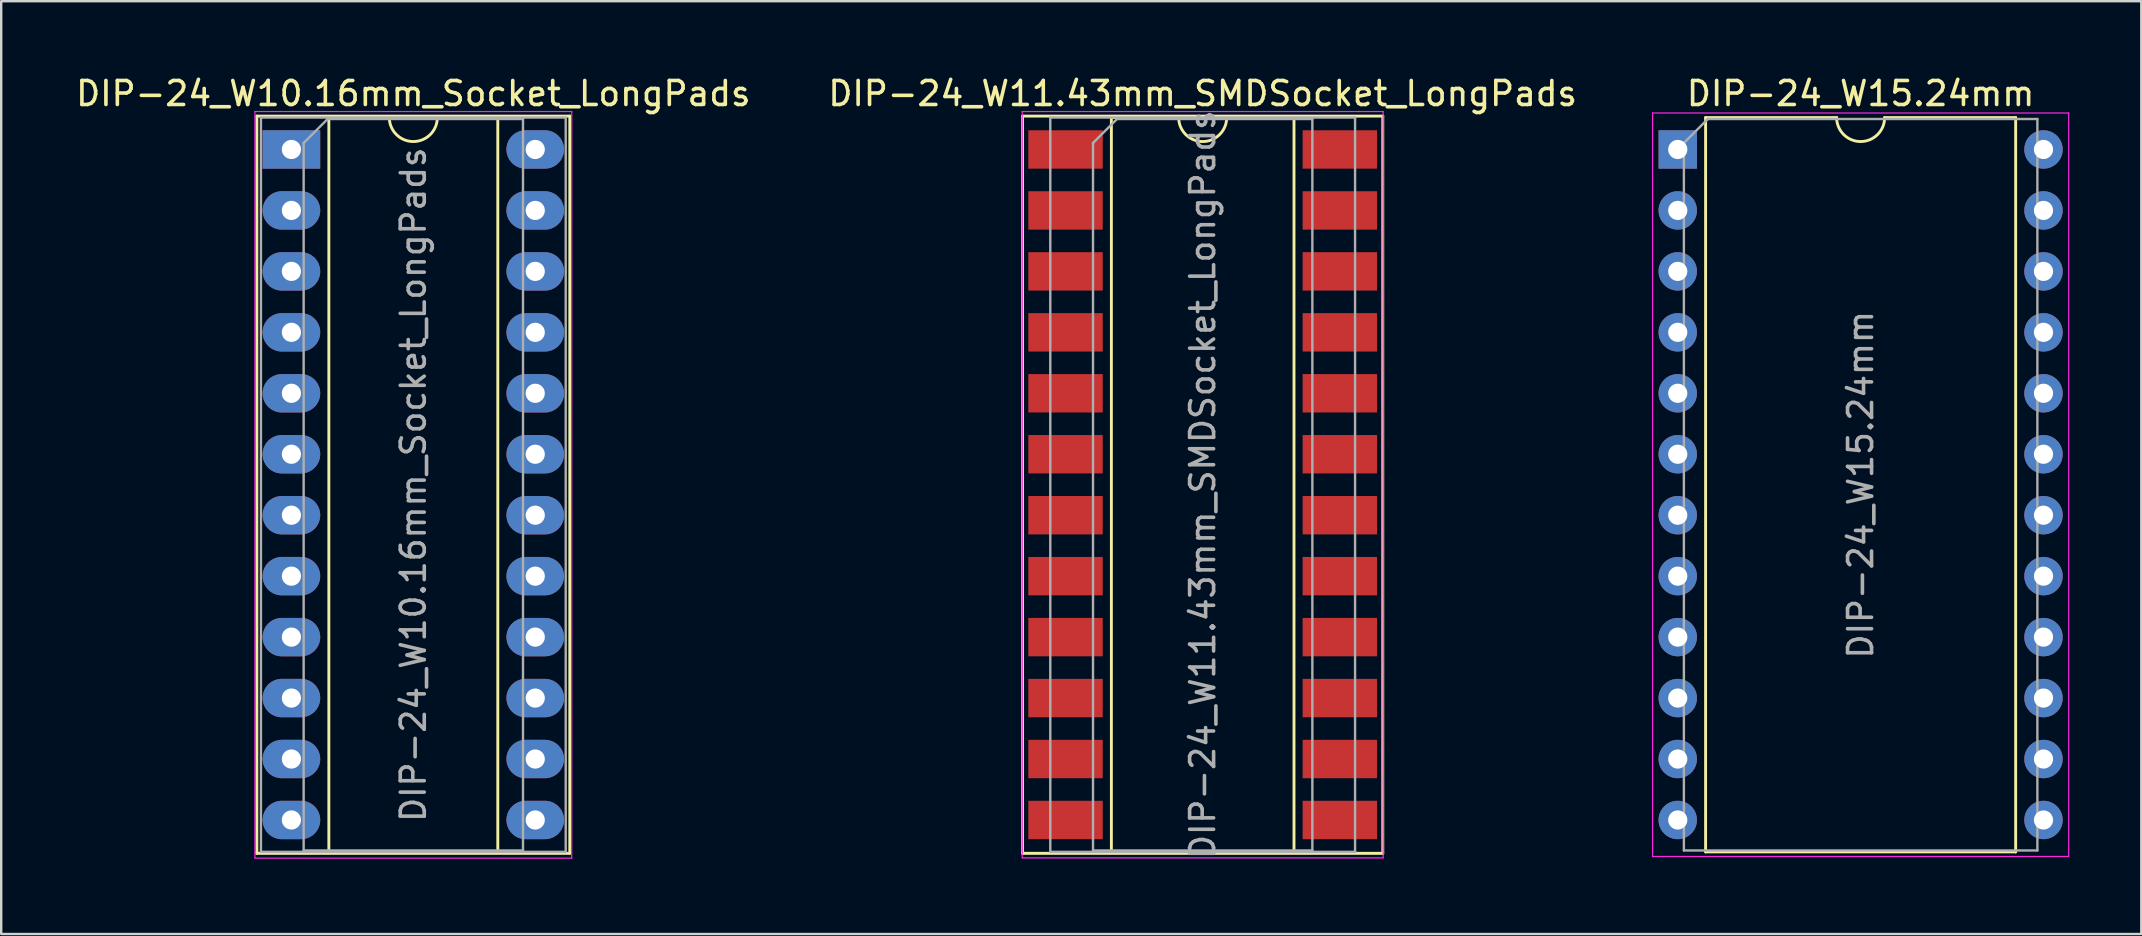
<source format=kicad_pcb>
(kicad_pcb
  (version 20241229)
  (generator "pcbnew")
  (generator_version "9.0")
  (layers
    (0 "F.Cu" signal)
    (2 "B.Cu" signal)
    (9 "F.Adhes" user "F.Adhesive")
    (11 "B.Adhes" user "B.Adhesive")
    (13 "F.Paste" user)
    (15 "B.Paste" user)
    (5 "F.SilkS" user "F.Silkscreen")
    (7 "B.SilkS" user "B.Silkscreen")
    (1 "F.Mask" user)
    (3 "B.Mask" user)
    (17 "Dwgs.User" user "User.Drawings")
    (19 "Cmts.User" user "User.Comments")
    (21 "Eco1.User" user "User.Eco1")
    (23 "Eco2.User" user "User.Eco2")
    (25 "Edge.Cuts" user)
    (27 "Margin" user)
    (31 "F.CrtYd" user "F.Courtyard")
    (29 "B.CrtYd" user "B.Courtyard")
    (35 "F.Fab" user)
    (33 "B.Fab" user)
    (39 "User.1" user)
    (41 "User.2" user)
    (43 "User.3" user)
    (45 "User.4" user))
  (footprint "DIP-24_W15.24mm"
    (layer "F.Cu")
    (at 66.861 3.178)
    (property "Reference" "DIP-24_W15.24mm" (at 7.62 -2.33 0) (layer "F.SilkS") (effects (font (size 1 1) (thickness 0.15))))
    (attr through_hole)
    (fp_line (start 1.16 -1.33) (end 1.16 29.27) (stroke (width 0.12) (type solid)) (layer "F.SilkS"))
    (fp_line (start 1.16 29.27) (end 14.08 29.27) (stroke (width 0.12) (type solid)) (layer "F.SilkS"))
    (fp_line (start 6.62 -1.33) (end 1.16 -1.33) (stroke (width 0.12) (type solid)) (layer "F.SilkS"))
    (fp_line (start 14.08 -1.33) (end 8.62 -1.33) (stroke (width 0.12) (type solid)) (layer "F.SilkS"))
    (fp_line (start 14.08 29.27) (end 14.08 -1.33) (stroke (width 0.12) (type solid)) (layer "F.SilkS"))
    (fp_arc (start 8.62 -1.33) (mid 7.62 -0.33) (end 6.62 -1.33) (stroke (width 0.12) (type solid)) (layer "F.SilkS"))
    (fp_line (start -1.05 -1.52) (end -1.05 29.46) (stroke (width 0.05) (type solid)) (layer "F.CrtYd"))
    (fp_line (start -1.05 29.46) (end 16.29 29.46) (stroke (width 0.05) (type solid)) (layer "F.CrtYd"))
    (fp_line (start 16.29 -1.52) (end -1.05 -1.52) (stroke (width 0.05) (type solid)) (layer "F.CrtYd"))
    (fp_line (start 16.29 29.46) (end 16.29 -1.52) (stroke (width 0.05) (type solid)) (layer "F.CrtYd"))
    (fp_line (start 0.255 -0.27) (end 1.255 -1.27) (stroke (width 0.1) (type solid)) (layer "F.Fab"))
    (fp_line (start 0.255 29.21) (end 0.255 -0.27) (stroke (width 0.1) (type solid)) (layer "F.Fab"))
    (fp_line (start 1.255 -1.27) (end 14.985 -1.27) (stroke (width 0.1) (type solid)) (layer "F.Fab"))
    (fp_line (start 14.985 -1.27) (end 14.985 29.21) (stroke (width 0.1) (type solid)) (layer "F.Fab"))
    (fp_line (start 14.985 29.21) (end 0.255 29.21) (stroke (width 0.1) (type solid)) (layer "F.Fab"))
    (fp_text user "${REFERENCE}" (at 7.62 13.97 90) (layer "F.Fab") (effects (font (size 1 1) (thickness 0.15))))
    (pad "1" thru_hole rect (at 0 0) (size 1.6 1.6) (drill 0.8) (layers "*.Cu" "*.Mask"))
    (pad "2" thru_hole circle (at 0 2.54) (size 1.6 1.6) (drill 0.8) (layers "*.Cu" "*.Mask"))
    (pad "3" thru_hole circle (at 0 5.08) (size 1.6 1.6) (drill 0.8) (layers "*.Cu" "*.Mask"))
    (pad "4" thru_hole circle (at 0 7.62) (size 1.6 1.6) (drill 0.8) (layers "*.Cu" "*.Mask"))
    (pad "5" thru_hole circle (at 0 10.16) (size 1.6 1.6) (drill 0.8) (layers "*.Cu" "*.Mask"))
    (pad "6" thru_hole circle (at 0 12.7) (size 1.6 1.6) (drill 0.8) (layers "*.Cu" "*.Mask"))
    (pad "7" thru_hole circle (at 0 15.24) (size 1.6 1.6) (drill 0.8) (layers "*.Cu" "*.Mask"))
    (pad "8" thru_hole circle (at 0 17.78) (size 1.6 1.6) (drill 0.8) (layers "*.Cu" "*.Mask"))
    (pad "9" thru_hole circle (at 0 20.32) (size 1.6 1.6) (drill 0.8) (layers "*.Cu" "*.Mask"))
    (pad "10" thru_hole circle (at 0 22.86) (size 1.6 1.6) (drill 0.8) (layers "*.Cu" "*.Mask"))
    (pad "11" thru_hole circle (at 0 25.4) (size 1.6 1.6) (drill 0.8) (layers "*.Cu" "*.Mask"))
    (pad "12" thru_hole circle (at 0 27.94) (size 1.6 1.6) (drill 0.8) (layers "*.Cu" "*.Mask"))
    (pad "13" thru_hole circle (at 15.24 27.94) (size 1.6 1.6) (drill 0.8) (layers "*.Cu" "*.Mask"))
    (pad "14" thru_hole circle (at 15.24 25.4) (size 1.6 1.6) (drill 0.8) (layers "*.Cu" "*.Mask"))
    (pad "15" thru_hole circle (at 15.24 22.86) (size 1.6 1.6) (drill 0.8) (layers "*.Cu" "*.Mask"))
    (pad "16" thru_hole circle (at 15.24 20.32) (size 1.6 1.6) (drill 0.8) (layers "*.Cu" "*.Mask"))
    (pad "17" thru_hole circle (at 15.24 17.78) (size 1.6 1.6) (drill 0.8) (layers "*.Cu" "*.Mask"))
    (pad "18" thru_hole circle (at 15.24 15.24) (size 1.6 1.6) (drill 0.8) (layers "*.Cu" "*.Mask"))
    (pad "19" thru_hole circle (at 15.24 12.7) (size 1.6 1.6) (drill 0.8) (layers "*.Cu" "*.Mask"))
    (pad "20" thru_hole circle (at 15.24 10.16) (size 1.6 1.6) (drill 0.8) (layers "*.Cu" "*.Mask"))
    (pad "21" thru_hole circle (at 15.24 7.62) (size 1.6 1.6) (drill 0.8) (layers "*.Cu" "*.Mask"))
    (pad "22" thru_hole circle (at 15.24 5.08) (size 1.6 1.6) (drill 0.8) (layers "*.Cu" "*.Mask"))
    (pad "23" thru_hole circle (at 15.24 2.54) (size 1.6 1.6) (drill 0.8) (layers "*.Cu" "*.Mask"))
    (pad "24" thru_hole circle (at 15.24 0) (size 1.6 1.6) (drill 0.8) (layers "*.Cu" "*.Mask")))
  (footprint "DIP-24_W10.16mm_Socket_LongPads"
    (layer "F.Cu")
    (at 9.093 3.178)
    (property "Reference" "DIP-24_W10.16mm_Socket_LongPads" (at 5.08 -2.33 0) (layer "F.SilkS") (effects (font (size 1 1) (thickness 0.15))))
    (attr through_hole)
    (fp_line (start -1.44 -1.39) (end -1.44 29.33) (stroke (width 0.12) (type solid)) (layer "F.SilkS"))
    (fp_line (start -1.44 29.33) (end 11.6 29.33) (stroke (width 0.12) (type solid)) (layer "F.SilkS"))
    (fp_line (start 1.56 -1.33) (end 1.56 29.27) (stroke (width 0.12) (type solid)) (layer "F.SilkS"))
    (fp_line (start 1.56 29.27) (end 8.6 29.27) (stroke (width 0.12) (type solid)) (layer "F.SilkS"))
    (fp_line (start 4.08 -1.33) (end 1.56 -1.33) (stroke (width 0.12) (type solid)) (layer "F.SilkS"))
    (fp_line (start 8.6 -1.33) (end 6.08 -1.33) (stroke (width 0.12) (type solid)) (layer "F.SilkS"))
    (fp_line (start 8.6 29.27) (end 8.6 -1.33) (stroke (width 0.12) (type solid)) (layer "F.SilkS"))
    (fp_line (start 11.6 -1.39) (end -1.44 -1.39) (stroke (width 0.12) (type solid)) (layer "F.SilkS"))
    (fp_line (start 11.6 29.33) (end 11.6 -1.39) (stroke (width 0.12) (type solid)) (layer "F.SilkS"))
    (fp_arc (start 6.08 -1.33) (mid 5.08 -0.33) (end 4.08 -1.33) (stroke (width 0.12) (type solid)) (layer "F.SilkS"))
    (fp_line (start -1.52 -1.58) (end -1.52 29.53) (stroke (width 0.05) (type solid)) (layer "F.CrtYd"))
    (fp_line (start -1.52 29.53) (end 11.68 29.53) (stroke (width 0.05) (type solid)) (layer "F.CrtYd"))
    (fp_line (start 11.68 -1.58) (end -1.52 -1.58) (stroke (width 0.05) (type solid)) (layer "F.CrtYd"))
    (fp_line (start 11.68 29.53) (end 11.68 -1.58) (stroke (width 0.05) (type solid)) (layer "F.CrtYd"))
    (fp_line (start -1.27 -1.33) (end -1.27 29.27) (stroke (width 0.1) (type solid)) (layer "F.Fab"))
    (fp_line (start -1.27 29.27) (end 11.43 29.27) (stroke (width 0.1) (type solid)) (layer "F.Fab"))
    (fp_line (start 0.51 -0.27) (end 1.51 -1.27) (stroke (width 0.1) (type solid)) (layer "F.Fab"))
    (fp_line (start 0.51 29.21) (end 0.51 -0.27) (stroke (width 0.1) (type solid)) (layer "F.Fab"))
    (fp_line (start 1.51 -1.27) (end 9.65 -1.27) (stroke (width 0.1) (type solid)) (layer "F.Fab"))
    (fp_line (start 9.65 -1.27) (end 9.65 29.21) (stroke (width 0.1) (type solid)) (layer "F.Fab"))
    (fp_line (start 9.65 29.21) (end 0.51 29.21) (stroke (width 0.1) (type solid)) (layer "F.Fab"))
    (fp_line (start 11.43 -1.33) (end -1.27 -1.33) (stroke (width 0.1) (type solid)) (layer "F.Fab"))
    (fp_line (start 11.43 29.27) (end 11.43 -1.33) (stroke (width 0.1) (type solid)) (layer "F.Fab"))
    (fp_text user "${REFERENCE}" (at 5.08 13.97 90) (layer "F.Fab") (effects (font (size 1 1) (thickness 0.15))))
    (pad "1" thru_hole rect (at 0 0) (size 2.4 1.6) (drill 0.8) (layers "*.Cu" "*.Mask"))
    (pad "2" thru_hole oval (at 0 2.54) (size 2.4 1.6) (drill 0.8) (layers "*.Cu" "*.Mask"))
    (pad "3" thru_hole oval (at 0 5.08) (size 2.4 1.6) (drill 0.8) (layers "*.Cu" "*.Mask"))
    (pad "4" thru_hole oval (at 0 7.62) (size 2.4 1.6) (drill 0.8) (layers "*.Cu" "*.Mask"))
    (pad "5" thru_hole oval (at 0 10.16) (size 2.4 1.6) (drill 0.8) (layers "*.Cu" "*.Mask"))
    (pad "6" thru_hole oval (at 0 12.7) (size 2.4 1.6) (drill 0.8) (layers "*.Cu" "*.Mask"))
    (pad "7" thru_hole oval (at 0 15.24) (size 2.4 1.6) (drill 0.8) (layers "*.Cu" "*.Mask"))
    (pad "8" thru_hole oval (at 0 17.78) (size 2.4 1.6) (drill 0.8) (layers "*.Cu" "*.Mask"))
    (pad "9" thru_hole oval (at 0 20.32) (size 2.4 1.6) (drill 0.8) (layers "*.Cu" "*.Mask"))
    (pad "10" thru_hole oval (at 0 22.86) (size 2.4 1.6) (drill 0.8) (layers "*.Cu" "*.Mask"))
    (pad "11" thru_hole oval (at 0 25.4) (size 2.4 1.6) (drill 0.8) (layers "*.Cu" "*.Mask"))
    (pad "12" thru_hole oval (at 0 27.94) (size 2.4 1.6) (drill 0.8) (layers "*.Cu" "*.Mask"))
    (pad "13" thru_hole oval (at 10.16 27.94) (size 2.4 1.6) (drill 0.8) (layers "*.Cu" "*.Mask"))
    (pad "14" thru_hole oval (at 10.16 25.4) (size 2.4 1.6) (drill 0.8) (layers "*.Cu" "*.Mask"))
    (pad "15" thru_hole oval (at 10.16 22.86) (size 2.4 1.6) (drill 0.8) (layers "*.Cu" "*.Mask"))
    (pad "16" thru_hole oval (at 10.16 20.32) (size 2.4 1.6) (drill 0.8) (layers "*.Cu" "*.Mask"))
    (pad "17" thru_hole oval (at 10.16 17.78) (size 2.4 1.6) (drill 0.8) (layers "*.Cu" "*.Mask"))
    (pad "18" thru_hole oval (at 10.16 15.24) (size 2.4 1.6) (drill 0.8) (layers "*.Cu" "*.Mask"))
    (pad "19" thru_hole oval (at 10.16 12.7) (size 2.4 1.6) (drill 0.8) (layers "*.Cu" "*.Mask"))
    (pad "20" thru_hole oval (at 10.16 10.16) (size 2.4 1.6) (drill 0.8) (layers "*.Cu" "*.Mask"))
    (pad "21" thru_hole oval (at 10.16 7.62) (size 2.4 1.6) (drill 0.8) (layers "*.Cu" "*.Mask"))
    (pad "22" thru_hole oval (at 10.16 5.08) (size 2.4 1.6) (drill 0.8) (layers "*.Cu" "*.Mask"))
    (pad "23" thru_hole oval (at 10.16 2.54) (size 2.4 1.6) (drill 0.8) (layers "*.Cu" "*.Mask"))
    (pad "24" thru_hole oval (at 10.16 0) (size 2.4 1.6) (drill 0.8) (layers "*.Cu" "*.Mask")))
  (footprint "DIP-24_W11.43mm_SMDSocket_LongPads"
    (layer "F.Cu")
    (at 47.065 17.148)
    (property "Reference" "DIP-24_W11.43mm_SMDSocket_LongPads" (at 0 -16.3 0) (layer "F.SilkS") (effects (font (size 1 1) (thickness 0.15))))
    (attr smd)
    (fp_line (start -7.505 -15.36) (end -7.505 15.36) (stroke (width 0.12) (type solid)) (layer "F.SilkS"))
    (fp_line (start -7.505 15.36) (end 7.505 15.36) (stroke (width 0.12) (type solid)) (layer "F.SilkS"))
    (fp_line (start -3.805 -15.3) (end -3.805 15.3) (stroke (width 0.12) (type solid)) (layer "F.SilkS"))
    (fp_line (start -3.805 15.3) (end 3.805 15.3) (stroke (width 0.12) (type solid)) (layer "F.SilkS"))
    (fp_line (start -1 -15.3) (end -3.805 -15.3) (stroke (width 0.12) (type solid)) (layer "F.SilkS"))
    (fp_line (start 3.805 -15.3) (end 1 -15.3) (stroke (width 0.12) (type solid)) (layer "F.SilkS"))
    (fp_line (start 3.805 15.3) (end 3.805 -15.3) (stroke (width 0.12) (type solid)) (layer "F.SilkS"))
    (fp_line (start 7.505 -15.36) (end -7.505 -15.36) (stroke (width 0.12) (type solid)) (layer "F.SilkS"))
    (fp_line (start 7.505 15.36) (end 7.505 -15.36) (stroke (width 0.12) (type solid)) (layer "F.SilkS"))
    (fp_arc (start 1 -15.3) (mid 0 -14.3) (end -1 -15.3) (stroke (width 0.12) (type solid)) (layer "F.SilkS"))
    (fp_line (start -7.52 -15.55) (end -7.52 15.55) (stroke (width 0.05) (type solid)) (layer "F.CrtYd"))
    (fp_line (start -7.52 15.55) (end 7.52 15.55) (stroke (width 0.05) (type solid)) (layer "F.CrtYd"))
    (fp_line (start 7.52 -15.55) (end -7.52 -15.55) (stroke (width 0.05) (type solid)) (layer "F.CrtYd"))
    (fp_line (start 7.52 15.55) (end 7.52 -15.55) (stroke (width 0.05) (type solid)) (layer "F.CrtYd"))
    (fp_line (start -6.35 -15.3) (end -6.35 15.3) (stroke (width 0.1) (type solid)) (layer "F.Fab"))
    (fp_line (start -6.35 15.3) (end 6.35 15.3) (stroke (width 0.1) (type solid)) (layer "F.Fab"))
    (fp_line (start -4.57 -14.24) (end -3.57 -15.24) (stroke (width 0.1) (type solid)) (layer "F.Fab"))
    (fp_line (start -4.57 15.24) (end -4.57 -14.24) (stroke (width 0.1) (type solid)) (layer "F.Fab"))
    (fp_line (start -3.57 -15.24) (end 4.57 -15.24) (stroke (width 0.1) (type solid)) (layer "F.Fab"))
    (fp_line (start 4.57 -15.24) (end 4.57 15.24) (stroke (width 0.1) (type solid)) (layer "F.Fab"))
    (fp_line (start 4.57 15.24) (end -4.57 15.24) (stroke (width 0.1) (type solid)) (layer "F.Fab"))
    (fp_line (start 6.35 -15.3) (end -6.35 -15.3) (stroke (width 0.1) (type solid)) (layer "F.Fab"))
    (fp_line (start 6.35 15.3) (end 6.35 -15.3) (stroke (width 0.1) (type solid)) (layer "F.Fab"))
    (fp_text user "${REFERENCE}" (at 0 0 90) (layer "F.Fab") (effects (font (size 1 1) (thickness 0.15))))
    (pad "1" smd rect (at -5.715 -13.97) (size 3.1 1.6) (layers "F.Cu" "F.Mask" "F.Paste"))
    (pad "2" smd rect (at -5.715 -11.43) (size 3.1 1.6) (layers "F.Cu" "F.Mask" "F.Paste"))
    (pad "3" smd rect (at -5.715 -8.89) (size 3.1 1.6) (layers "F.Cu" "F.Mask" "F.Paste"))
    (pad "4" smd rect (at -5.715 -6.35) (size 3.1 1.6) (layers "F.Cu" "F.Mask" "F.Paste"))
    (pad "5" smd rect (at -5.715 -3.81) (size 3.1 1.6) (layers "F.Cu" "F.Mask" "F.Paste"))
    (pad "6" smd rect (at -5.715 -1.27) (size 3.1 1.6) (layers "F.Cu" "F.Mask" "F.Paste"))
    (pad "7" smd rect (at -5.715 1.27) (size 3.1 1.6) (layers "F.Cu" "F.Mask" "F.Paste"))
    (pad "8" smd rect (at -5.715 3.81) (size 3.1 1.6) (layers "F.Cu" "F.Mask" "F.Paste"))
    (pad "9" smd rect (at -5.715 6.35) (size 3.1 1.6) (layers "F.Cu" "F.Mask" "F.Paste"))
    (pad "10" smd rect (at -5.715 8.89) (size 3.1 1.6) (layers "F.Cu" "F.Mask" "F.Paste"))
    (pad "11" smd rect (at -5.715 11.43) (size 3.1 1.6) (layers "F.Cu" "F.Mask" "F.Paste"))
    (pad "12" smd rect (at -5.715 13.97) (size 3.1 1.6) (layers "F.Cu" "F.Mask" "F.Paste"))
    (pad "13" smd rect (at 5.715 13.97) (size 3.1 1.6) (layers "F.Cu" "F.Mask" "F.Paste"))
    (pad "14" smd rect (at 5.715 11.43) (size 3.1 1.6) (layers "F.Cu" "F.Mask" "F.Paste"))
    (pad "15" smd rect (at 5.715 8.89) (size 3.1 1.6) (layers "F.Cu" "F.Mask" "F.Paste"))
    (pad "16" smd rect (at 5.715 6.35) (size 3.1 1.6) (layers "F.Cu" "F.Mask" "F.Paste"))
    (pad "17" smd rect (at 5.715 3.81) (size 3.1 1.6) (layers "F.Cu" "F.Mask" "F.Paste"))
    (pad "18" smd rect (at 5.715 1.27) (size 3.1 1.6) (layers "F.Cu" "F.Mask" "F.Paste"))
    (pad "19" smd rect (at 5.715 -1.27) (size 3.1 1.6) (layers "F.Cu" "F.Mask" "F.Paste"))
    (pad "20" smd rect (at 5.715 -3.81) (size 3.1 1.6) (layers "F.Cu" "F.Mask" "F.Paste"))
    (pad "21" smd rect (at 5.715 -6.35) (size 3.1 1.6) (layers "F.Cu" "F.Mask" "F.Paste"))
    (pad "22" smd rect (at 5.715 -8.89) (size 3.1 1.6) (layers "F.Cu" "F.Mask" "F.Paste"))
    (pad "23" smd rect (at 5.715 -11.43) (size 3.1 1.6) (layers "F.Cu" "F.Mask" "F.Paste"))
    (pad "24" smd rect (at 5.715 -13.97) (size 3.1 1.6) (layers "F.Cu" "F.Mask" "F.Paste")))
  (gr_rect
    (start -3 -3)
    (end 86.176 35.868)
    (stroke (width 0.1) (type default))
    (fill no)
    (layer "Edge.Cuts")))
</source>
